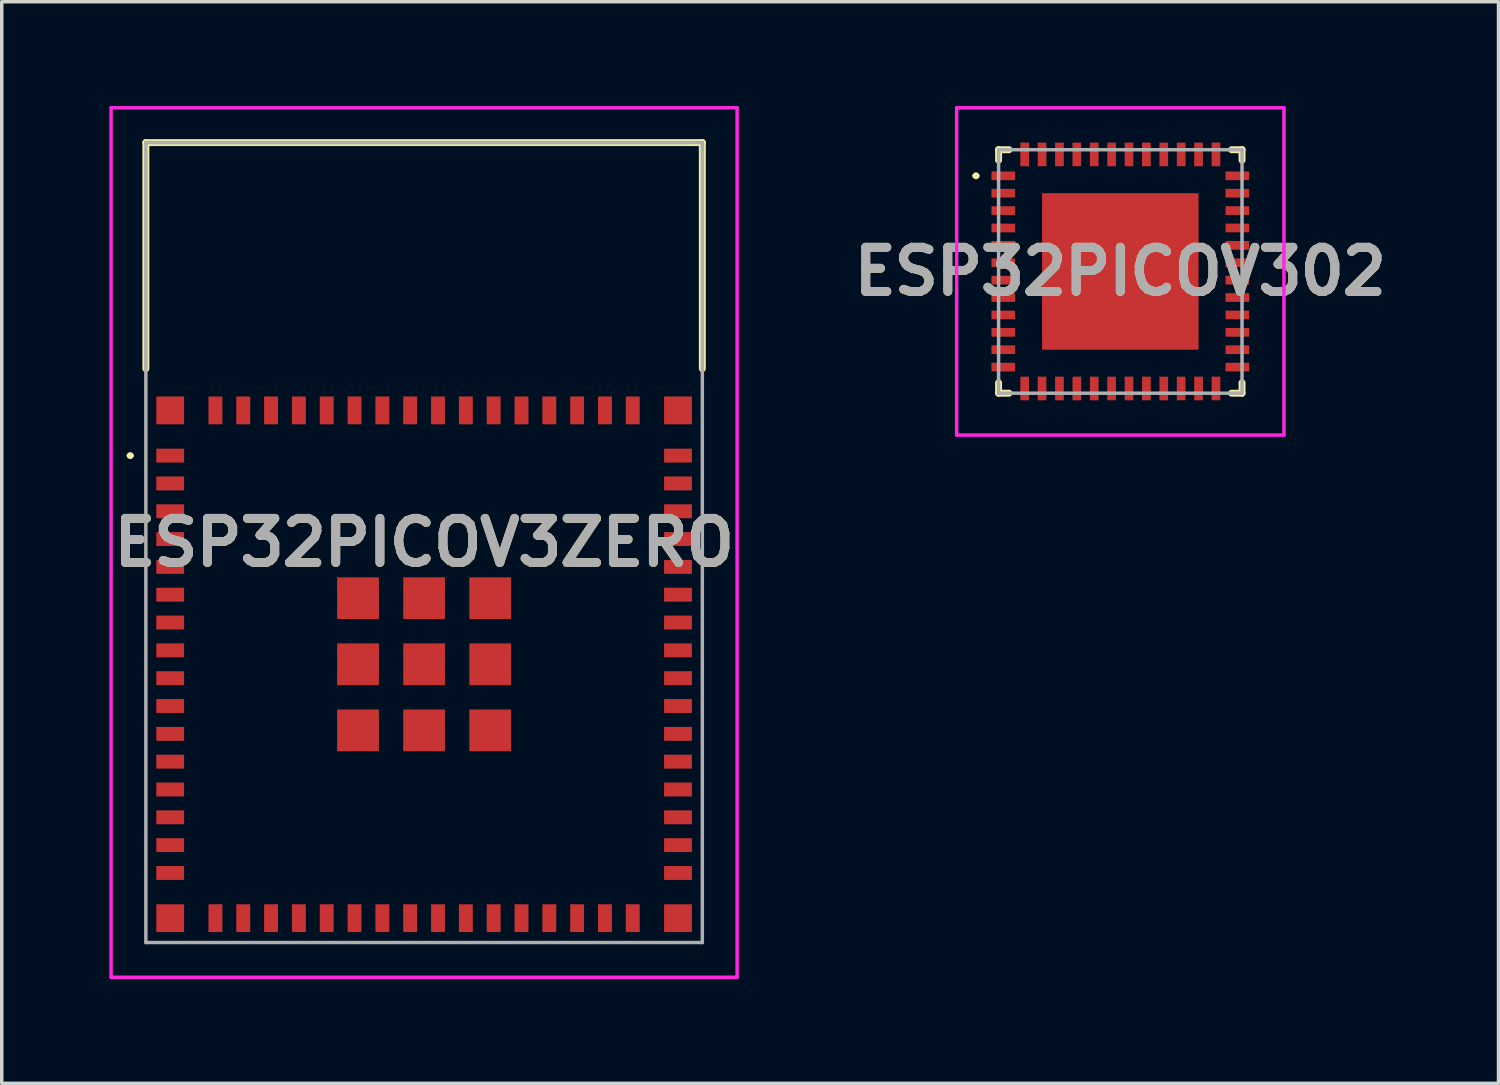
<source format=kicad_pcb>
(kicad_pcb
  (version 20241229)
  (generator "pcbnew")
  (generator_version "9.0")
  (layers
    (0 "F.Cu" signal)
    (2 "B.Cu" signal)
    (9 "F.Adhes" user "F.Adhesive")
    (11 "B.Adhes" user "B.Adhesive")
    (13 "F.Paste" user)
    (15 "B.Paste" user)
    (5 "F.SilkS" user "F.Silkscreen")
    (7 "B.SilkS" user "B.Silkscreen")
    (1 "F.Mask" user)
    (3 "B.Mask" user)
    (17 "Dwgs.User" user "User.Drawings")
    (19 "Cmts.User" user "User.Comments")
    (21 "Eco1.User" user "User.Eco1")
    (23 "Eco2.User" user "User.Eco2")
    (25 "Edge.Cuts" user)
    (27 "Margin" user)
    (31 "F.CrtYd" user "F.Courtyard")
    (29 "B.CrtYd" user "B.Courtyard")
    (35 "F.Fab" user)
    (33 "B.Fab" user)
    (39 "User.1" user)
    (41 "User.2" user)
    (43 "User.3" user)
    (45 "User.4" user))
  (footprint "ESP32PICOV3ZERO"
    (layer "F.Cu")
    (at 9.144 16.05)
    (property "Reference" "ESP32PICOV3ZERO" (at 0 -3.5 0) (layer "F.SilkS") (effects (font (size 1.27 1.27) (thickness 0.254))))
    (attr smd)
    (fp_line (start -8.5 -6) (end -8.5 -6) (stroke (width 0.1) (type solid)) (layer "F.SilkS"))
    (fp_line (start -8.4 -6) (end -8.4 -6) (stroke (width 0.1) (type solid)) (layer "F.SilkS"))
    (fp_line (start -8 -15) (end 8 -15) (stroke (width 0.2) (type solid)) (layer "F.SilkS"))
    (fp_line (start -8 -8.5) (end -8 -15) (stroke (width 0.2) (type solid)) (layer "F.SilkS"))
    (fp_line (start 8 -15) (end 8 -8.5) (stroke (width 0.2) (type solid)) (layer "F.SilkS"))
    (fp_arc (start -8.5 -6) (mid -8.45 -6.05) (end -8.4 -6) (stroke (width 0.1) (type solid)) (layer "F.SilkS"))
    (fp_arc (start -8.4 -6) (mid -8.45 -5.95) (end -8.5 -6) (stroke (width 0.1) (type solid)) (layer "F.SilkS"))
    (fp_line (start -9 -16) (end 9 -16) (stroke (width 0.1) (type solid)) (layer "F.CrtYd"))
    (fp_line (start -9 9) (end -9 -16) (stroke (width 0.1) (type solid)) (layer "F.CrtYd"))
    (fp_line (start 9 -16) (end 9 9) (stroke (width 0.1) (type solid)) (layer "F.CrtYd"))
    (fp_line (start 9 9) (end -9 9) (stroke (width 0.1) (type solid)) (layer "F.CrtYd"))
    (fp_line (start -8 -15) (end 8 -15) (stroke (width 0.1) (type solid)) (layer "F.Fab"))
    (fp_line (start -8 8) (end -8 -15) (stroke (width 0.1) (type solid)) (layer "F.Fab"))
    (fp_line (start 8 -15) (end 8 8) (stroke (width 0.1) (type solid)) (layer "F.Fab"))
    (fp_line (start 8 8) (end -8 8) (stroke (width 0.1) (type solid)) (layer "F.Fab"))
    (fp_text user "${REFERENCE}" (at 0 -3.5 0) (layer "F.Fab") (effects (font (size 1.27 1.27) (thickness 0.254))))
    (pad "1" smd rect (at -7.3 -6 90) (size 0.4 0.8) (layers "F.Cu" "F.Mask" "F.Paste"))
    (pad "2" smd rect (at -7.3 -5.2 90) (size 0.4 0.8) (layers "F.Cu" "F.Mask" "F.Paste"))
    (pad "3" smd rect (at -7.3 -4.4 90) (size 0.4 0.8) (layers "F.Cu" "F.Mask" "F.Paste"))
    (pad "4" smd rect (at -7.3 -3.6 90) (size 0.4 0.8) (layers "F.Cu" "F.Mask" "F.Paste"))
    (pad "5" smd rect (at -7.3 -2.8 90) (size 0.4 0.8) (layers "F.Cu" "F.Mask" "F.Paste"))
    (pad "6" smd rect (at -7.3 -2 90) (size 0.4 0.8) (layers "F.Cu" "F.Mask" "F.Paste"))
    (pad "7" smd rect (at -7.3 -1.2 90) (size 0.4 0.8) (layers "F.Cu" "F.Mask" "F.Paste"))
    (pad "8" smd rect (at -7.3 -0.4 90) (size 0.4 0.8) (layers "F.Cu" "F.Mask" "F.Paste"))
    (pad "9" smd rect (at -7.3 0.4 90) (size 0.4 0.8) (layers "F.Cu" "F.Mask" "F.Paste"))
    (pad "10" smd rect (at -7.3 1.2 90) (size 0.4 0.8) (layers "F.Cu" "F.Mask" "F.Paste"))
    (pad "11" smd rect (at -7.3 2 90) (size 0.4 0.8) (layers "F.Cu" "F.Mask" "F.Paste"))
    (pad "12" smd rect (at -7.3 2.8 90) (size 0.4 0.8) (layers "F.Cu" "F.Mask" "F.Paste"))
    (pad "13" smd rect (at -7.3 3.6 90) (size 0.4 0.8) (layers "F.Cu" "F.Mask" "F.Paste"))
    (pad "14" smd rect (at -7.3 4.4 90) (size 0.4 0.8) (layers "F.Cu" "F.Mask" "F.Paste"))
    (pad "15" smd rect (at -7.3 5.2 90) (size 0.4 0.8) (layers "F.Cu" "F.Mask" "F.Paste"))
    (pad "16" smd rect (at -7.3 6 90) (size 0.4 0.8) (layers "F.Cu" "F.Mask" "F.Paste"))
    (pad "17" smd rect (at -6 7.3) (size 0.4 0.8) (layers "F.Cu" "F.Mask" "F.Paste"))
    (pad "18" smd rect (at -5.2 7.3) (size 0.4 0.8) (layers "F.Cu" "F.Mask" "F.Paste"))
    (pad "19" smd rect (at -4.4 7.3) (size 0.4 0.8) (layers "F.Cu" "F.Mask" "F.Paste"))
    (pad "20" smd rect (at -3.6 7.3) (size 0.4 0.8) (layers "F.Cu" "F.Mask" "F.Paste"))
    (pad "21" smd rect (at -2.8 7.3) (size 0.4 0.8) (layers "F.Cu" "F.Mask" "F.Paste"))
    (pad "22" smd rect (at -2 7.3) (size 0.4 0.8) (layers "F.Cu" "F.Mask" "F.Paste"))
    (pad "23" smd rect (at -1.2 7.3) (size 0.4 0.8) (layers "F.Cu" "F.Mask" "F.Paste"))
    (pad "24" smd rect (at -0.4 7.3) (size 0.4 0.8) (layers "F.Cu" "F.Mask" "F.Paste"))
    (pad "25" smd rect (at 0.4 7.3) (size 0.4 0.8) (layers "F.Cu" "F.Mask" "F.Paste"))
    (pad "26" smd rect (at 1.2 7.3) (size 0.4 0.8) (layers "F.Cu" "F.Mask" "F.Paste"))
    (pad "27" smd rect (at 2 7.3) (size 0.4 0.8) (layers "F.Cu" "F.Mask" "F.Paste"))
    (pad "28" smd rect (at 2.8 7.3) (size 0.4 0.8) (layers "F.Cu" "F.Mask" "F.Paste"))
    (pad "29" smd rect (at 3.6 7.3) (size 0.4 0.8) (layers "F.Cu" "F.Mask" "F.Paste"))
    (pad "30" smd rect (at 4.4 7.3) (size 0.4 0.8) (layers "F.Cu" "F.Mask" "F.Paste"))
    (pad "31" smd rect (at 5.2 7.3) (size 0.4 0.8) (layers "F.Cu" "F.Mask" "F.Paste"))
    (pad "32" smd rect (at 6 7.3) (size 0.4 0.8) (layers "F.Cu" "F.Mask" "F.Paste"))
    (pad "33" smd rect (at 7.3 6 90) (size 0.4 0.8) (layers "F.Cu" "F.Mask" "F.Paste"))
    (pad "34" smd rect (at 7.3 5.2 90) (size 0.4 0.8) (layers "F.Cu" "F.Mask" "F.Paste"))
    (pad "35" smd rect (at 7.3 4.4 90) (size 0.4 0.8) (layers "F.Cu" "F.Mask" "F.Paste"))
    (pad "36" smd rect (at 7.3 3.6 90) (size 0.4 0.8) (layers "F.Cu" "F.Mask" "F.Paste"))
    (pad "37" smd rect (at 7.3 2.8 90) (size 0.4 0.8) (layers "F.Cu" "F.Mask" "F.Paste"))
    (pad "38" smd rect (at 7.3 2 90) (size 0.4 0.8) (layers "F.Cu" "F.Mask" "F.Paste"))
    (pad "39" smd rect (at 7.3 1.2 90) (size 0.4 0.8) (layers "F.Cu" "F.Mask" "F.Paste"))
    (pad "40" smd rect (at 7.3 0.4 90) (size 0.4 0.8) (layers "F.Cu" "F.Mask" "F.Paste"))
    (pad "41" smd rect (at 7.3 -0.4 90) (size 0.4 0.8) (layers "F.Cu" "F.Mask" "F.Paste"))
    (pad "42" smd rect (at 7.3 -1.2 90) (size 0.4 0.8) (layers "F.Cu" "F.Mask" "F.Paste"))
    (pad "43" smd rect (at 7.3 -2 90) (size 0.4 0.8) (layers "F.Cu" "F.Mask" "F.Paste"))
    (pad "44" smd rect (at 7.3 -2.8 90) (size 0.4 0.8) (layers "F.Cu" "F.Mask" "F.Paste"))
    (pad "45" smd rect (at 7.3 -3.6 90) (size 0.4 0.8) (layers "F.Cu" "F.Mask" "F.Paste"))
    (pad "46" smd rect (at 7.3 -4.4 90) (size 0.4 0.8) (layers "F.Cu" "F.Mask" "F.Paste"))
    (pad "47" smd rect (at 7.3 -5.2 90) (size 0.4 0.8) (layers "F.Cu" "F.Mask" "F.Paste"))
    (pad "48" smd rect (at 7.3 -6 90) (size 0.4 0.8) (layers "F.Cu" "F.Mask" "F.Paste"))
    (pad "49" smd rect (at 6 -7.3) (size 0.4 0.8) (layers "F.Cu" "F.Mask" "F.Paste"))
    (pad "50" smd rect (at 5.2 -7.3) (size 0.4 0.8) (layers "F.Cu" "F.Mask" "F.Paste"))
    (pad "51" smd rect (at 4.4 -7.3) (size 0.4 0.8) (layers "F.Cu" "F.Mask" "F.Paste"))
    (pad "52" smd rect (at 3.6 -7.3) (size 0.4 0.8) (layers "F.Cu" "F.Mask" "F.Paste"))
    (pad "53" smd rect (at 2.8 -7.3) (size 0.4 0.8) (layers "F.Cu" "F.Mask" "F.Paste"))
    (pad "54" smd rect (at 2 -7.3) (size 0.4 0.8) (layers "F.Cu" "F.Mask" "F.Paste"))
    (pad "55" smd rect (at 1.2 -7.3) (size 0.4 0.8) (layers "F.Cu" "F.Mask" "F.Paste"))
    (pad "56" smd rect (at 0.4 -7.3) (size 0.4 0.8) (layers "F.Cu" "F.Mask" "F.Paste"))
    (pad "57" smd rect (at -0.4 -7.3) (size 0.4 0.8) (layers "F.Cu" "F.Mask" "F.Paste"))
    (pad "58" smd rect (at -1.2 -7.3) (size 0.4 0.8) (layers "F.Cu" "F.Mask" "F.Paste"))
    (pad "59" smd rect (at -2 -7.3) (size 0.4 0.8) (layers "F.Cu" "F.Mask" "F.Paste"))
    (pad "60" smd rect (at -2.8 -7.3) (size 0.4 0.8) (layers "F.Cu" "F.Mask" "F.Paste"))
    (pad "61" smd rect (at -3.6 -7.3) (size 0.4 0.8) (layers "F.Cu" "F.Mask" "F.Paste"))
    (pad "62" smd rect (at -4.4 -7.3) (size 0.4 0.8) (layers "F.Cu" "F.Mask" "F.Paste"))
    (pad "63" smd rect (at -5.2 -7.3) (size 0.4 0.8) (layers "F.Cu" "F.Mask" "F.Paste"))
    (pad "64" smd rect (at -6 -7.3) (size 0.4 0.8) (layers "F.Cu" "F.Mask" "F.Paste"))
    (pad "65" smd rect (at -7.3 -7.3) (size 0.8 0.8) (layers "F.Cu" "F.Mask" "F.Paste"))
    (pad "66" smd rect (at -7.3 7.3) (size 0.8 0.8) (layers "F.Cu" "F.Mask" "F.Paste"))
    (pad "67" smd rect (at 7.3 7.3) (size 0.8 0.8) (layers "F.Cu" "F.Mask" "F.Paste"))
    (pad "68" smd rect (at 7.3 -7.3) (size 0.8 0.8) (layers "F.Cu" "F.Mask" "F.Paste"))
    (pad "69" smd rect (at -1.9 -1.9) (size 1.2 1.2) (layers "F.Cu" "F.Mask" "F.Paste"))
    (pad "70" smd rect (at 0 -1.9) (size 1.2 1.2) (layers "F.Cu" "F.Mask" "F.Paste"))
    (pad "71" smd rect (at 1.9 -1.9) (size 1.2 1.2) (layers "F.Cu" "F.Mask" "F.Paste"))
    (pad "72" smd rect (at -1.9 0) (size 1.2 1.2) (layers "F.Cu" "F.Mask" "F.Paste"))
    (pad "73" smd rect (at 0 0) (size 1.2 1.2) (layers "F.Cu" "F.Mask" "F.Paste"))
    (pad "74" smd rect (at 1.9 0) (size 1.2 1.2) (layers "F.Cu" "F.Mask" "F.Paste"))
    (pad "75" smd rect (at -1.9 1.9) (size 1.2 1.2) (layers "F.Cu" "F.Mask" "F.Paste"))
    (pad "76" smd rect (at 0 1.9) (size 1.2 1.2) (layers "F.Cu" "F.Mask" "F.Paste"))
    (pad "77" smd rect (at 1.9 1.9) (size 1.2 1.2) (layers "F.Cu" "F.Mask" "F.Paste")))
  (footprint "ESP32PICOV302"
    (layer "F.Cu")
    (at 29.162 4.755)
    (property "Reference" "ESP32PICOV302" (at 0 0 0) (layer "F.SilkS") (effects (font (size 1.27 1.27) (thickness 0.254))))
    (attr smd)
    (fp_line (start -4.2 -2.75) (end -4.2 -2.75) (stroke (width 0.1) (type solid)) (layer "F.SilkS"))
    (fp_line (start -4.1 -2.75) (end -4.1 -2.75) (stroke (width 0.1) (type solid)) (layer "F.SilkS"))
    (fp_line (start -3.5 -3.5) (end -3.5 -3.2) (stroke (width 0.2) (type solid)) (layer "F.SilkS"))
    (fp_line (start -3.5 3.2) (end -3.5 3.5) (stroke (width 0.2) (type solid)) (layer "F.SilkS"))
    (fp_line (start -3.5 3.5) (end -3.2 3.5) (stroke (width 0.2) (type solid)) (layer "F.SilkS"))
    (fp_line (start -3.2 -3.5) (end -3.5 -3.5) (stroke (width 0.2) (type solid)) (layer "F.SilkS"))
    (fp_line (start 3.2 -3.5) (end 3.5 -3.5) (stroke (width 0.2) (type solid)) (layer "F.SilkS"))
    (fp_line (start 3.2 3.5) (end 3.5 3.5) (stroke (width 0.2) (type solid)) (layer "F.SilkS"))
    (fp_line (start 3.5 -3.5) (end 3.5 -3.2) (stroke (width 0.2) (type solid)) (layer "F.SilkS"))
    (fp_line (start 3.5 3.5) (end 3.5 3.2) (stroke (width 0.2) (type solid)) (layer "F.SilkS"))
    (fp_arc (start -4.2 -2.75) (mid -4.15 -2.8) (end -4.1 -2.75) (stroke (width 0.1) (type solid)) (layer "F.SilkS"))
    (fp_arc (start -4.1 -2.75) (mid -4.15 -2.7) (end -4.2 -2.75) (stroke (width 0.1) (type solid)) (layer "F.SilkS"))
    (fp_line (start -4.705 -4.705) (end 4.705 -4.705) (stroke (width 0.1) (type solid)) (layer "F.CrtYd"))
    (fp_line (start -4.705 4.705) (end -4.705 -4.705) (stroke (width 0.1) (type solid)) (layer "F.CrtYd"))
    (fp_line (start 4.705 -4.705) (end 4.705 4.705) (stroke (width 0.1) (type solid)) (layer "F.CrtYd"))
    (fp_line (start 4.705 4.705) (end -4.705 4.705) (stroke (width 0.1) (type solid)) (layer "F.CrtYd"))
    (fp_line (start -3.5 -3.5) (end -3.5 3.5) (stroke (width 0.1) (type solid)) (layer "F.Fab"))
    (fp_line (start -3.5 3.5) (end 3.5 3.5) (stroke (width 0.1) (type solid)) (layer "F.Fab"))
    (fp_line (start 3.5 -3.5) (end -3.5 -3.5) (stroke (width 0.1) (type solid)) (layer "F.Fab"))
    (fp_line (start 3.5 3.5) (end 3.5 -3.5) (stroke (width 0.1) (type solid)) (layer "F.Fab"))
    (fp_text user "${REFERENCE}" (at 0 0 0) (layer "F.Fab") (effects (font (size 1.27 1.27) (thickness 0.254))))
    (pad "1" smd rect (at -3.365 -2.75 90) (size 0.25 0.68) (layers "F.Cu" "F.Mask" "F.Paste"))
    (pad "2" smd rect (at -3.365 -2.25 90) (size 0.25 0.68) (layers "F.Cu" "F.Mask" "F.Paste"))
    (pad "3" smd rect (at -3.365 -1.75 90) (size 0.25 0.68) (layers "F.Cu" "F.Mask" "F.Paste"))
    (pad "4" smd rect (at -3.365 -1.25 90) (size 0.25 0.68) (layers "F.Cu" "F.Mask" "F.Paste"))
    (pad "5" smd rect (at -3.365 -0.75 90) (size 0.25 0.68) (layers "F.Cu" "F.Mask" "F.Paste"))
    (pad "6" smd rect (at -3.365 -0.25 90) (size 0.25 0.68) (layers "F.Cu" "F.Mask" "F.Paste"))
    (pad "7" smd rect (at -3.365 0.25 90) (size 0.25 0.68) (layers "F.Cu" "F.Mask" "F.Paste"))
    (pad "8" smd rect (at -3.365 0.75 90) (size 0.25 0.68) (layers "F.Cu" "F.Mask" "F.Paste"))
    (pad "9" smd rect (at -3.365 1.25 90) (size 0.25 0.68) (layers "F.Cu" "F.Mask" "F.Paste"))
    (pad "10" smd rect (at -3.365 1.75 90) (size 0.25 0.68) (layers "F.Cu" "F.Mask" "F.Paste"))
    (pad "11" smd rect (at -3.365 2.25 90) (size 0.25 0.68) (layers "F.Cu" "F.Mask" "F.Paste"))
    (pad "12" smd rect (at -3.365 2.75 90) (size 0.25 0.68) (layers "F.Cu" "F.Mask" "F.Paste"))
    (pad "13" smd rect (at -2.75 3.365) (size 0.25 0.68) (layers "F.Cu" "F.Mask" "F.Paste"))
    (pad "14" smd rect (at -2.25 3.365) (size 0.25 0.68) (layers "F.Cu" "F.Mask" "F.Paste"))
    (pad "15" smd rect (at -1.75 3.365) (size 0.25 0.68) (layers "F.Cu" "F.Mask" "F.Paste"))
    (pad "16" smd rect (at -1.25 3.365) (size 0.25 0.68) (layers "F.Cu" "F.Mask" "F.Paste"))
    (pad "17" smd rect (at -0.75 3.365) (size 0.25 0.68) (layers "F.Cu" "F.Mask" "F.Paste"))
    (pad "18" smd rect (at -0.25 3.365) (size 0.25 0.68) (layers "F.Cu" "F.Mask" "F.Paste"))
    (pad "19" smd rect (at 0.25 3.365) (size 0.25 0.68) (layers "F.Cu" "F.Mask" "F.Paste"))
    (pad "20" smd rect (at 0.75 3.365) (size 0.25 0.68) (layers "F.Cu" "F.Mask" "F.Paste"))
    (pad "21" smd rect (at 1.25 3.365) (size 0.25 0.68) (layers "F.Cu" "F.Mask" "F.Paste"))
    (pad "22" smd rect (at 1.75 3.365) (size 0.25 0.68) (layers "F.Cu" "F.Mask" "F.Paste"))
    (pad "23" smd rect (at 2.25 3.365) (size 0.25 0.68) (layers "F.Cu" "F.Mask" "F.Paste"))
    (pad "24" smd rect (at 2.75 3.365) (size 0.25 0.68) (layers "F.Cu" "F.Mask" "F.Paste"))
    (pad "25" smd rect (at 3.365 2.75 90) (size 0.25 0.68) (layers "F.Cu" "F.Mask" "F.Paste"))
    (pad "26" smd rect (at 3.365 2.25 90) (size 0.25 0.68) (layers "F.Cu" "F.Mask" "F.Paste"))
    (pad "27" smd rect (at 3.365 1.75 90) (size 0.25 0.68) (layers "F.Cu" "F.Mask" "F.Paste"))
    (pad "28" smd rect (at 3.365 1.25 90) (size 0.25 0.68) (layers "F.Cu" "F.Mask" "F.Paste"))
    (pad "29" smd rect (at 3.365 0.75 90) (size 0.25 0.68) (layers "F.Cu" "F.Mask" "F.Paste"))
    (pad "30" smd rect (at 3.365 0.25 90) (size 0.25 0.68) (layers "F.Cu" "F.Mask" "F.Paste"))
    (pad "31" smd rect (at 3.365 -0.25 90) (size 0.25 0.68) (layers "F.Cu" "F.Mask" "F.Paste"))
    (pad "32" smd rect (at 3.365 -0.75 90) (size 0.25 0.68) (layers "F.Cu" "F.Mask" "F.Paste"))
    (pad "33" smd rect (at 3.365 -1.25 90) (size 0.25 0.68) (layers "F.Cu" "F.Mask" "F.Paste"))
    (pad "34" smd rect (at 3.365 -1.75 90) (size 0.25 0.68) (layers "F.Cu" "F.Mask" "F.Paste"))
    (pad "35" smd rect (at 3.365 -2.25 90) (size 0.25 0.68) (layers "F.Cu" "F.Mask" "F.Paste"))
    (pad "36" smd rect (at 3.365 -2.75 90) (size 0.25 0.68) (layers "F.Cu" "F.Mask" "F.Paste"))
    (pad "37" smd rect (at 2.75 -3.365) (size 0.25 0.68) (layers "F.Cu" "F.Mask" "F.Paste"))
    (pad "38" smd rect (at 2.25 -3.365) (size 0.25 0.68) (layers "F.Cu" "F.Mask" "F.Paste"))
    (pad "39" smd rect (at 1.75 -3.365) (size 0.25 0.68) (layers "F.Cu" "F.Mask" "F.Paste"))
    (pad "40" smd rect (at 1.25 -3.365) (size 0.25 0.68) (layers "F.Cu" "F.Mask" "F.Paste"))
    (pad "41" smd rect (at 0.75 -3.365) (size 0.25 0.68) (layers "F.Cu" "F.Mask" "F.Paste"))
    (pad "42" smd rect (at 0.25 -3.365) (size 0.25 0.68) (layers "F.Cu" "F.Mask" "F.Paste"))
    (pad "43" smd rect (at -0.25 -3.365) (size 0.25 0.68) (layers "F.Cu" "F.Mask" "F.Paste"))
    (pad "44" smd rect (at -0.75 -3.365) (size 0.25 0.68) (layers "F.Cu" "F.Mask" "F.Paste"))
    (pad "45" smd rect (at -1.25 -3.365) (size 0.25 0.68) (layers "F.Cu" "F.Mask" "F.Paste"))
    (pad "46" smd rect (at -1.75 -3.365) (size 0.25 0.68) (layers "F.Cu" "F.Mask" "F.Paste"))
    (pad "47" smd rect (at -2.25 -3.365) (size 0.25 0.68) (layers "F.Cu" "F.Mask" "F.Paste"))
    (pad "48" smd rect (at -2.75 -3.365) (size 0.25 0.68) (layers "F.Cu" "F.Mask" "F.Paste"))
    (pad "49" smd rect (at 0 0 90) (size 4.5 4.5) (layers "F.Cu" "F.Mask" "F.Paste")))
  (gr_rect
    (start -3 -3)
    (end 40.036 28.1)
    (stroke (width 0.1) (type default))
    (fill no)
    (layer "Edge.Cuts")))
</source>
